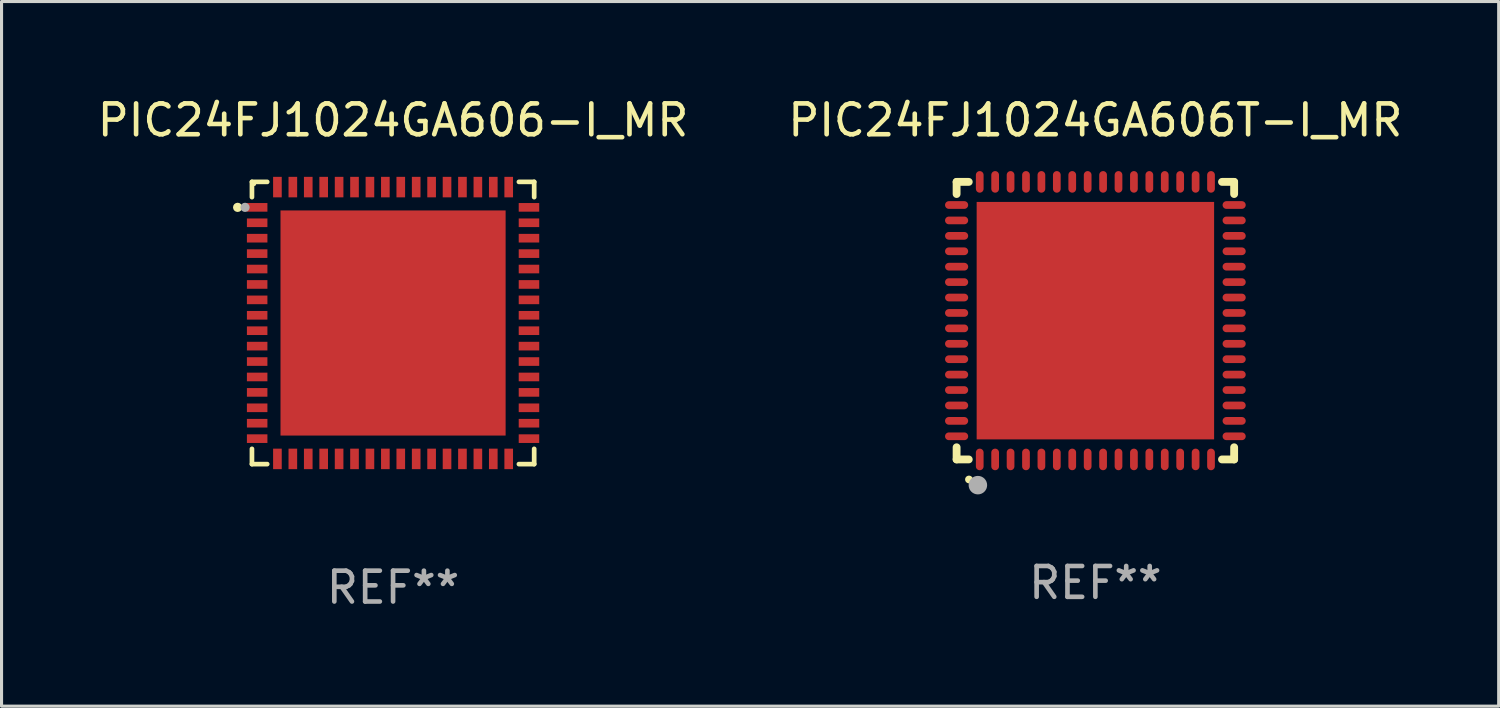
<source format=kicad_pcb>
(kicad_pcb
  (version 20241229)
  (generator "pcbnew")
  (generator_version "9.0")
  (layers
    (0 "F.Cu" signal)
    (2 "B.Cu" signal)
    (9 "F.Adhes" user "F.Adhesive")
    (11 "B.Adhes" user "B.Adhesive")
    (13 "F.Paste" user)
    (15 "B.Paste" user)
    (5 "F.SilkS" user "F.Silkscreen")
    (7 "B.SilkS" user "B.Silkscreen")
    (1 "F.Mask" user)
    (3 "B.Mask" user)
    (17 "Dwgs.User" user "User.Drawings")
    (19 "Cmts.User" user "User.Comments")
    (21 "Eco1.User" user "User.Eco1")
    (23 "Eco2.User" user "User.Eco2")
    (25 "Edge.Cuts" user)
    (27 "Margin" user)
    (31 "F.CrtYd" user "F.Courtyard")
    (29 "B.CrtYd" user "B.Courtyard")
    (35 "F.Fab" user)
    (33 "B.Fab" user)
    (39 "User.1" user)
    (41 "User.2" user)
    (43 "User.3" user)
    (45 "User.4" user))
  (footprint "PIC24FJ1024GA606T-I_MR"
    (layer "F.Cu")
    (at 32.47 7.348)
    (property "Reference" "PIC24FJ1024GA606T-I_MR" (at 0 -6.5 0) (layer "F.SilkS") (effects (font (size 1 1) (thickness 0.15))))
    (attr through_hole)
    (fp_line (start -4.5 -4.5) (end -4.106 -4.5) (stroke (width 0.254) (type solid)) (layer "F.SilkS"))
    (fp_line (start -4.5 -4.106) (end -4.5 -4.5) (stroke (width 0.254) (type solid)) (layer "F.SilkS"))
    (fp_line (start -4.5 4.5) (end -4.5 4.106) (stroke (width 0.254) (type solid)) (layer "F.SilkS"))
    (fp_line (start -4.106 4.5) (end -4.5 4.5) (stroke (width 0.254) (type solid)) (layer "F.SilkS"))
    (fp_line (start 4.106 -4.5) (end 4.5 -4.5) (stroke (width 0.254) (type solid)) (layer "F.SilkS"))
    (fp_line (start 4.5 -4.5) (end 4.5 -4.106) (stroke (width 0.254) (type solid)) (layer "F.SilkS"))
    (fp_line (start 4.5 4.106) (end 4.5 4.5) (stroke (width 0.254) (type solid)) (layer "F.SilkS"))
    (fp_line (start 4.5 4.5) (end 4.106 4.5) (stroke (width 0.254) (type solid)) (layer "F.SilkS"))
    (fp_arc (start -4.099987 5.149898) (mid -4.098717 5.149892) (end -4.097447 5.149898) (stroke (width 0.24892) (type solid)) (layer "F.SilkS"))
    (fp_circle (center -4.5 4.5) (end -4.47 4.5) (stroke (width 0.06) (type solid)) (fill no) (layer "F.SilkS"))
    (fp_circle (center -3.81 5.334) (end -3.66 5.334) (stroke (width 0.3) (type solid)) (fill no) (layer "F.Fab"))
    (fp_text user "REF**" (at 0 8.5 0) (layer "F.Fab") (effects (font (size 1 1) (thickness 0.15))))
    (pad "1" smd oval (at -3.75 4.5) (size 0.25 0.7) (layers "F.Cu" "F.Mask" "F.Paste"))
    (pad "2" smd oval (at -3.25 4.5) (size 0.25 0.7) (layers "F.Cu" "F.Mask" "F.Paste"))
    (pad "3" smd oval (at -2.75 4.5) (size 0.25 0.7) (layers "F.Cu" "F.Mask" "F.Paste"))
    (pad "4" smd oval (at -2.25 4.5) (size 0.25 0.7) (layers "F.Cu" "F.Mask" "F.Paste"))
    (pad "5" smd oval (at -1.75 4.5) (size 0.25 0.7) (layers "F.Cu" "F.Mask" "F.Paste"))
    (pad "6" smd oval (at -1.25 4.5) (size 0.25 0.7) (layers "F.Cu" "F.Mask" "F.Paste"))
    (pad "7" smd oval (at -0.75 4.5) (size 0.25 0.7) (layers "F.Cu" "F.Mask" "F.Paste"))
    (pad "8" smd oval (at -0.25 4.5) (size 0.25 0.7) (layers "F.Cu" "F.Mask" "F.Paste"))
    (pad "9" smd oval (at 0.25 4.5) (size 0.25 0.7) (layers "F.Cu" "F.Mask" "F.Paste"))
    (pad "10" smd oval (at 0.75 4.5) (size 0.25 0.7) (layers "F.Cu" "F.Mask" "F.Paste"))
    (pad "11" smd oval (at 1.25 4.5) (size 0.25 0.7) (layers "F.Cu" "F.Mask" "F.Paste"))
    (pad "12" smd oval (at 1.75 4.5) (size 0.25 0.7) (layers "F.Cu" "F.Mask" "F.Paste"))
    (pad "13" smd oval (at 2.25 4.5) (size 0.25 0.7) (layers "F.Cu" "F.Mask" "F.Paste"))
    (pad "14" smd oval (at 2.75 4.5) (size 0.25 0.7) (layers "F.Cu" "F.Mask" "F.Paste"))
    (pad "15" smd oval (at 3.25 4.5) (size 0.25 0.7) (layers "F.Cu" "F.Mask" "F.Paste"))
    (pad "16" smd oval (at 3.75 4.5) (size 0.25 0.7) (layers "F.Cu" "F.Mask" "F.Paste"))
    (pad "17" smd oval (at 4.5 3.75) (size 0.75 0.25) (layers "F.Cu" "F.Mask" "F.Paste"))
    (pad "18" smd oval (at 4.5 3.25) (size 0.75 0.25) (layers "F.Cu" "F.Mask" "F.Paste"))
    (pad "19" smd oval (at 4.5 2.75) (size 0.75 0.25) (layers "F.Cu" "F.Mask" "F.Paste"))
    (pad "20" smd oval (at 4.5 2.25) (size 0.75 0.25) (layers "F.Cu" "F.Mask" "F.Paste"))
    (pad "21" smd oval (at 4.5 1.75) (size 0.75 0.25) (layers "F.Cu" "F.Mask" "F.Paste"))
    (pad "22" smd oval (at 4.5 1.25) (size 0.75 0.25) (layers "F.Cu" "F.Mask" "F.Paste"))
    (pad "23" smd oval (at 4.5 0.75) (size 0.75 0.25) (layers "F.Cu" "F.Mask" "F.Paste"))
    (pad "24" smd oval (at 4.5 0.25) (size 0.75 0.25) (layers "F.Cu" "F.Mask" "F.Paste"))
    (pad "25" smd oval (at 4.5 -0.25) (size 0.75 0.25) (layers "F.Cu" "F.Mask" "F.Paste"))
    (pad "26" smd oval (at 4.5 -0.75) (size 0.75 0.25) (layers "F.Cu" "F.Mask" "F.Paste"))
    (pad "27" smd oval (at 4.5 -1.25) (size 0.75 0.25) (layers "F.Cu" "F.Mask" "F.Paste"))
    (pad "28" smd oval (at 4.5 -1.75) (size 0.75 0.25) (layers "F.Cu" "F.Mask" "F.Paste"))
    (pad "29" smd oval (at 4.5 -2.25) (size 0.75 0.25) (layers "F.Cu" "F.Mask" "F.Paste"))
    (pad "30" smd oval (at 4.5 -2.75) (size 0.75 0.25) (layers "F.Cu" "F.Mask" "F.Paste"))
    (pad "31" smd oval (at 4.5 -3.25) (size 0.75 0.25) (layers "F.Cu" "F.Mask" "F.Paste"))
    (pad "32" smd oval (at 4.5 -3.75) (size 0.75 0.25) (layers "F.Cu" "F.Mask" "F.Paste"))
    (pad "33" smd oval (at 3.75 -4.5) (size 0.25 0.7) (layers "F.Cu" "F.Mask" "F.Paste"))
    (pad "34" smd oval (at 3.25 -4.5) (size 0.25 0.7) (layers "F.Cu" "F.Mask" "F.Paste"))
    (pad "35" smd oval (at 2.75 -4.5) (size 0.25 0.7) (layers "F.Cu" "F.Mask" "F.Paste"))
    (pad "36" smd oval (at 2.25 -4.5) (size 0.25 0.7) (layers "F.Cu" "F.Mask" "F.Paste"))
    (pad "37" smd oval (at 1.75 -4.5) (size 0.25 0.7) (layers "F.Cu" "F.Mask" "F.Paste"))
    (pad "38" smd oval (at 1.25 -4.5) (size 0.25 0.7) (layers "F.Cu" "F.Mask" "F.Paste"))
    (pad "39" smd oval (at 0.75 -4.5) (size 0.25 0.7) (layers "F.Cu" "F.Mask" "F.Paste"))
    (pad "40" smd oval (at 0.25 -4.5) (size 0.25 0.7) (layers "F.Cu" "F.Mask" "F.Paste"))
    (pad "41" smd oval (at -0.25 -4.5) (size 0.25 0.7) (layers "F.Cu" "F.Mask" "F.Paste"))
    (pad "42" smd oval (at -0.75 -4.5) (size 0.25 0.7) (layers "F.Cu" "F.Mask" "F.Paste"))
    (pad "43" smd oval (at -1.25 -4.5) (size 0.25 0.7) (layers "F.Cu" "F.Mask" "F.Paste"))
    (pad "44" smd oval (at -1.75 -4.5) (size 0.25 0.7) (layers "F.Cu" "F.Mask" "F.Paste"))
    (pad "45" smd oval (at -2.25 -4.5) (size 0.25 0.7) (layers "F.Cu" "F.Mask" "F.Paste"))
    (pad "46" smd oval (at -2.75 -4.5) (size 0.25 0.7) (layers "F.Cu" "F.Mask" "F.Paste"))
    (pad "47" smd oval (at -3.25 -4.5) (size 0.25 0.7) (layers "F.Cu" "F.Mask" "F.Paste"))
    (pad "48" smd oval (at -3.75 -4.5) (size 0.25 0.7) (layers "F.Cu" "F.Mask" "F.Paste"))
    (pad "49" smd oval (at -4.5 -3.75) (size 0.75 0.25) (layers "F.Cu" "F.Mask" "F.Paste"))
    (pad "50" smd oval (at -4.5 -3.25) (size 0.75 0.25) (layers "F.Cu" "F.Mask" "F.Paste"))
    (pad "51" smd oval (at -4.5 -2.75) (size 0.75 0.25) (layers "F.Cu" "F.Mask" "F.Paste"))
    (pad "52" smd oval (at -4.5 -2.25) (size 0.75 0.25) (layers "F.Cu" "F.Mask" "F.Paste"))
    (pad "53" smd oval (at -4.5 -1.75) (size 0.75 0.25) (layers "F.Cu" "F.Mask" "F.Paste"))
    (pad "54" smd oval (at -4.5 -1.25) (size 0.75 0.25) (layers "F.Cu" "F.Mask" "F.Paste"))
    (pad "55" smd oval (at -4.5 -0.75) (size 0.75 0.25) (layers "F.Cu" "F.Mask" "F.Paste"))
    (pad "56" smd oval (at -4.5 -0.25) (size 0.75 0.25) (layers "F.Cu" "F.Mask" "F.Paste"))
    (pad "57" smd oval (at -4.5 0.25) (size 0.75 0.25) (layers "F.Cu" "F.Mask" "F.Paste"))
    (pad "58" smd oval (at -4.5 0.75) (size 0.75 0.25) (layers "F.Cu" "F.Mask" "F.Paste"))
    (pad "59" smd oval (at -4.5 1.25) (size 0.75 0.25) (layers "F.Cu" "F.Mask" "F.Paste"))
    (pad "60" smd oval (at -4.5 1.75) (size 0.75 0.25) (layers "F.Cu" "F.Mask" "F.Paste"))
    (pad "61" smd oval (at -4.5 2.25) (size 0.75 0.25) (layers "F.Cu" "F.Mask" "F.Paste"))
    (pad "62" smd oval (at -4.5 2.75) (size 0.75 0.25) (layers "F.Cu" "F.Mask" "F.Paste"))
    (pad "63" smd oval (at -4.5 3.25) (size 0.75 0.25) (layers "F.Cu" "F.Mask" "F.Paste"))
    (pad "64" smd oval (at -4.5 3.75) (size 0.75 0.25) (layers "F.Cu" "F.Mask" "F.Paste"))
    (pad "65" smd rect (at 0.000394 -0.000013) (size 7.7 7.7) (layers "F.Cu" "F.Mask" "F.Paste")))
  (footprint "PIC24FJ1024GA606-I_MR"
    (layer "F.Cu")
    (at 9.696 7.424)
    (property "Reference" "PIC24FJ1024GA606-I_MR" (at 0 -6.576 0) (layer "F.SilkS") (effects (font (size 1 1) (thickness 0.15))))
    (attr through_hole)
    (fp_line (start -4.576 -4.576) (end -4.576 -4.081) (stroke (width 0.152) (type solid)) (layer "F.SilkS"))
    (fp_line (start -4.576 4.576) (end -4.576 4.081) (stroke (width 0.152) (type solid)) (layer "F.SilkS"))
    (fp_line (start -4.081 -4.576) (end -4.576 -4.576) (stroke (width 0.152) (type solid)) (layer "F.SilkS"))
    (fp_line (start -4.081 4.576) (end -4.576 4.576) (stroke (width 0.152) (type solid)) (layer "F.SilkS"))
    (fp_line (start 4.081 -4.576) (end 4.576 -4.576) (stroke (width 0.152) (type solid)) (layer "F.SilkS"))
    (fp_line (start 4.081 4.576) (end 4.576 4.576) (stroke (width 0.152) (type solid)) (layer "F.SilkS"))
    (fp_line (start 4.576 -4.576) (end 4.576 -4.081) (stroke (width 0.152) (type solid)) (layer "F.SilkS"))
    (fp_line (start 4.576 4.576) (end 4.576 4.081) (stroke (width 0.152) (type solid)) (layer "F.SilkS"))
    (fp_circle (center -5.04 -3.75) (end -4.965 -3.75) (stroke (width 0.15) (type solid)) (fill no) (layer "F.SilkS"))
    (fp_circle (center -4.5 -4.5) (end -4.47 -4.5) (stroke (width 0.06) (type solid)) (fill no) (layer "F.SilkS"))
    (fp_circle (center -4.8 -3.75) (end -4.725 -3.75) (stroke (width 0.15) (type solid)) (fill no) (layer "F.Fab"))
    (fp_text user "REF**" (at 0 8.576 0) (layer "F.Fab") (effects (font (size 1 1) (thickness 0.15))))
    (pad "1" smd rect (at -4.407 -3.75) (size 0.665 0.28) (layers "F.Cu" "F.Mask" "F.Paste"))
    (pad "2" smd rect (at -4.407 -3.25) (size 0.665 0.28) (layers "F.Cu" "F.Mask" "F.Paste"))
    (pad "3" smd rect (at -4.407 -2.75) (size 0.665 0.28) (layers "F.Cu" "F.Mask" "F.Paste"))
    (pad "4" smd rect (at -4.407 -2.25) (size 0.665 0.28) (layers "F.Cu" "F.Mask" "F.Paste"))
    (pad "5" smd rect (at -4.407 -1.75) (size 0.665 0.28) (layers "F.Cu" "F.Mask" "F.Paste"))
    (pad "6" smd rect (at -4.407 -1.25) (size 0.665 0.28) (layers "F.Cu" "F.Mask" "F.Paste"))
    (pad "7" smd rect (at -4.407 -0.75) (size 0.665 0.28) (layers "F.Cu" "F.Mask" "F.Paste"))
    (pad "8" smd rect (at -4.407 -0.25) (size 0.665 0.28) (layers "F.Cu" "F.Mask" "F.Paste"))
    (pad "9" smd rect (at -4.407 0.25) (size 0.665 0.28) (layers "F.Cu" "F.Mask" "F.Paste"))
    (pad "10" smd rect (at -4.407 0.75) (size 0.665 0.28) (layers "F.Cu" "F.Mask" "F.Paste"))
    (pad "11" smd rect (at -4.407 1.25) (size 0.665 0.28) (layers "F.Cu" "F.Mask" "F.Paste"))
    (pad "12" smd rect (at -4.407 1.75) (size 0.665 0.28) (layers "F.Cu" "F.Mask" "F.Paste"))
    (pad "13" smd rect (at -4.407 2.25) (size 0.665 0.28) (layers "F.Cu" "F.Mask" "F.Paste"))
    (pad "14" smd rect (at -4.407 2.75) (size 0.665 0.28) (layers "F.Cu" "F.Mask" "F.Paste"))
    (pad "15" smd rect (at -4.407 3.25) (size 0.665 0.28) (layers "F.Cu" "F.Mask" "F.Paste"))
    (pad "16" smd rect (at -4.407 3.75) (size 0.665 0.28) (layers "F.Cu" "F.Mask" "F.Paste"))
    (pad "17" smd rect (at -3.75 4.407) (size 0.28 0.665) (layers "F.Cu" "F.Mask" "F.Paste"))
    (pad "18" smd rect (at -3.25 4.407) (size 0.28 0.665) (layers "F.Cu" "F.Mask" "F.Paste"))
    (pad "19" smd rect (at -2.75 4.407) (size 0.28 0.665) (layers "F.Cu" "F.Mask" "F.Paste"))
    (pad "20" smd rect (at -2.25 4.407) (size 0.28 0.665) (layers "F.Cu" "F.Mask" "F.Paste"))
    (pad "21" smd rect (at -1.75 4.407) (size 0.28 0.665) (layers "F.Cu" "F.Mask" "F.Paste"))
    (pad "22" smd rect (at -1.25 4.407) (size 0.28 0.665) (layers "F.Cu" "F.Mask" "F.Paste"))
    (pad "23" smd rect (at -0.75 4.407) (size 0.28 0.665) (layers "F.Cu" "F.Mask" "F.Paste"))
    (pad "24" smd rect (at -0.25 4.407) (size 0.28 0.665) (layers "F.Cu" "F.Mask" "F.Paste"))
    (pad "25" smd rect (at 0.25 4.407) (size 0.28 0.665) (layers "F.Cu" "F.Mask" "F.Paste"))
    (pad "26" smd rect (at 0.75 4.407) (size 0.28 0.665) (layers "F.Cu" "F.Mask" "F.Paste"))
    (pad "27" smd rect (at 1.25 4.407) (size 0.28 0.665) (layers "F.Cu" "F.Mask" "F.Paste"))
    (pad "28" smd rect (at 1.75 4.407) (size 0.28 0.665) (layers "F.Cu" "F.Mask" "F.Paste"))
    (pad "29" smd rect (at 2.25 4.407) (size 0.28 0.665) (layers "F.Cu" "F.Mask" "F.Paste"))
    (pad "30" smd rect (at 2.75 4.407) (size 0.28 0.665) (layers "F.Cu" "F.Mask" "F.Paste"))
    (pad "31" smd rect (at 3.25 4.407) (size 0.28 0.665) (layers "F.Cu" "F.Mask" "F.Paste"))
    (pad "32" smd rect (at 3.75 4.407) (size 0.28 0.665) (layers "F.Cu" "F.Mask" "F.Paste"))
    (pad "33" smd rect (at 4.407 3.75) (size 0.665 0.28) (layers "F.Cu" "F.Mask" "F.Paste"))
    (pad "34" smd rect (at 4.407 3.25) (size 0.665 0.28) (layers "F.Cu" "F.Mask" "F.Paste"))
    (pad "35" smd rect (at 4.407 2.75) (size 0.665 0.28) (layers "F.Cu" "F.Mask" "F.Paste"))
    (pad "36" smd rect (at 4.407 2.25) (size 0.665 0.28) (layers "F.Cu" "F.Mask" "F.Paste"))
    (pad "37" smd rect (at 4.407 1.75) (size 0.665 0.28) (layers "F.Cu" "F.Mask" "F.Paste"))
    (pad "38" smd rect (at 4.407 1.25) (size 0.665 0.28) (layers "F.Cu" "F.Mask" "F.Paste"))
    (pad "39" smd rect (at 4.407 0.75) (size 0.665 0.28) (layers "F.Cu" "F.Mask" "F.Paste"))
    (pad "40" smd rect (at 4.407 0.25) (size 0.665 0.28) (layers "F.Cu" "F.Mask" "F.Paste"))
    (pad "41" smd rect (at 4.407 -0.25) (size 0.665 0.28) (layers "F.Cu" "F.Mask" "F.Paste"))
    (pad "42" smd rect (at 4.407 -0.75) (size 0.665 0.28) (layers "F.Cu" "F.Mask" "F.Paste"))
    (pad "43" smd rect (at 4.407 -1.25) (size 0.665 0.28) (layers "F.Cu" "F.Mask" "F.Paste"))
    (pad "44" smd rect (at 4.407 -1.75) (size 0.665 0.28) (layers "F.Cu" "F.Mask" "F.Paste"))
    (pad "45" smd rect (at 4.407 -2.25) (size 0.665 0.28) (layers "F.Cu" "F.Mask" "F.Paste"))
    (pad "46" smd rect (at 4.407 -2.75) (size 0.665 0.28) (layers "F.Cu" "F.Mask" "F.Paste"))
    (pad "47" smd rect (at 4.407 -3.25) (size 0.665 0.28) (layers "F.Cu" "F.Mask" "F.Paste"))
    (pad "48" smd rect (at 4.407 -3.75) (size 0.665 0.28) (layers "F.Cu" "F.Mask" "F.Paste"))
    (pad "49" smd rect (at 3.75 -4.407) (size 0.28 0.665) (layers "F.Cu" "F.Mask" "F.Paste"))
    (pad "50" smd rect (at 3.25 -4.407) (size 0.28 0.665) (layers "F.Cu" "F.Mask" "F.Paste"))
    (pad "51" smd rect (at 2.75 -4.407) (size 0.28 0.665) (layers "F.Cu" "F.Mask" "F.Paste"))
    (pad "52" smd rect (at 2.25 -4.407) (size 0.28 0.665) (layers "F.Cu" "F.Mask" "F.Paste"))
    (pad "53" smd rect (at 1.75 -4.407) (size 0.28 0.665) (layers "F.Cu" "F.Mask" "F.Paste"))
    (pad "54" smd rect (at 1.25 -4.407) (size 0.28 0.665) (layers "F.Cu" "F.Mask" "F.Paste"))
    (pad "55" smd rect (at 0.75 -4.407) (size 0.28 0.665) (layers "F.Cu" "F.Mask" "F.Paste"))
    (pad "56" smd rect (at 0.25 -4.407) (size 0.28 0.665) (layers "F.Cu" "F.Mask" "F.Paste"))
    (pad "57" smd rect (at -0.25 -4.407) (size 0.28 0.665) (layers "F.Cu" "F.Mask" "F.Paste"))
    (pad "58" smd rect (at -0.75 -4.407) (size 0.28 0.665) (layers "F.Cu" "F.Mask" "F.Paste"))
    (pad "59" smd rect (at -1.25 -4.407) (size 0.28 0.665) (layers "F.Cu" "F.Mask" "F.Paste"))
    (pad "60" smd rect (at -1.75 -4.407) (size 0.28 0.665) (layers "F.Cu" "F.Mask" "F.Paste"))
    (pad "61" smd rect (at -2.25 -4.407) (size 0.28 0.665) (layers "F.Cu" "F.Mask" "F.Paste"))
    (pad "62" smd rect (at -2.75 -4.407) (size 0.28 0.665) (layers "F.Cu" "F.Mask" "F.Paste"))
    (pad "63" smd rect (at -3.25 -4.407) (size 0.28 0.665) (layers "F.Cu" "F.Mask" "F.Paste"))
    (pad "64" smd rect (at -3.75 -4.407) (size 0.28 0.665) (layers "F.Cu" "F.Mask" "F.Paste"))
    (pad "65" smd rect (at 0 0) (size 7.3 7.3) (layers "F.Cu" "F.Mask" "F.Paste")))
  (gr_rect
    (start -3 -3)
    (end 45.548 19.849)
    (stroke (width 0.1) (type default))
    (fill no)
    (layer "Edge.Cuts")))
</source>
